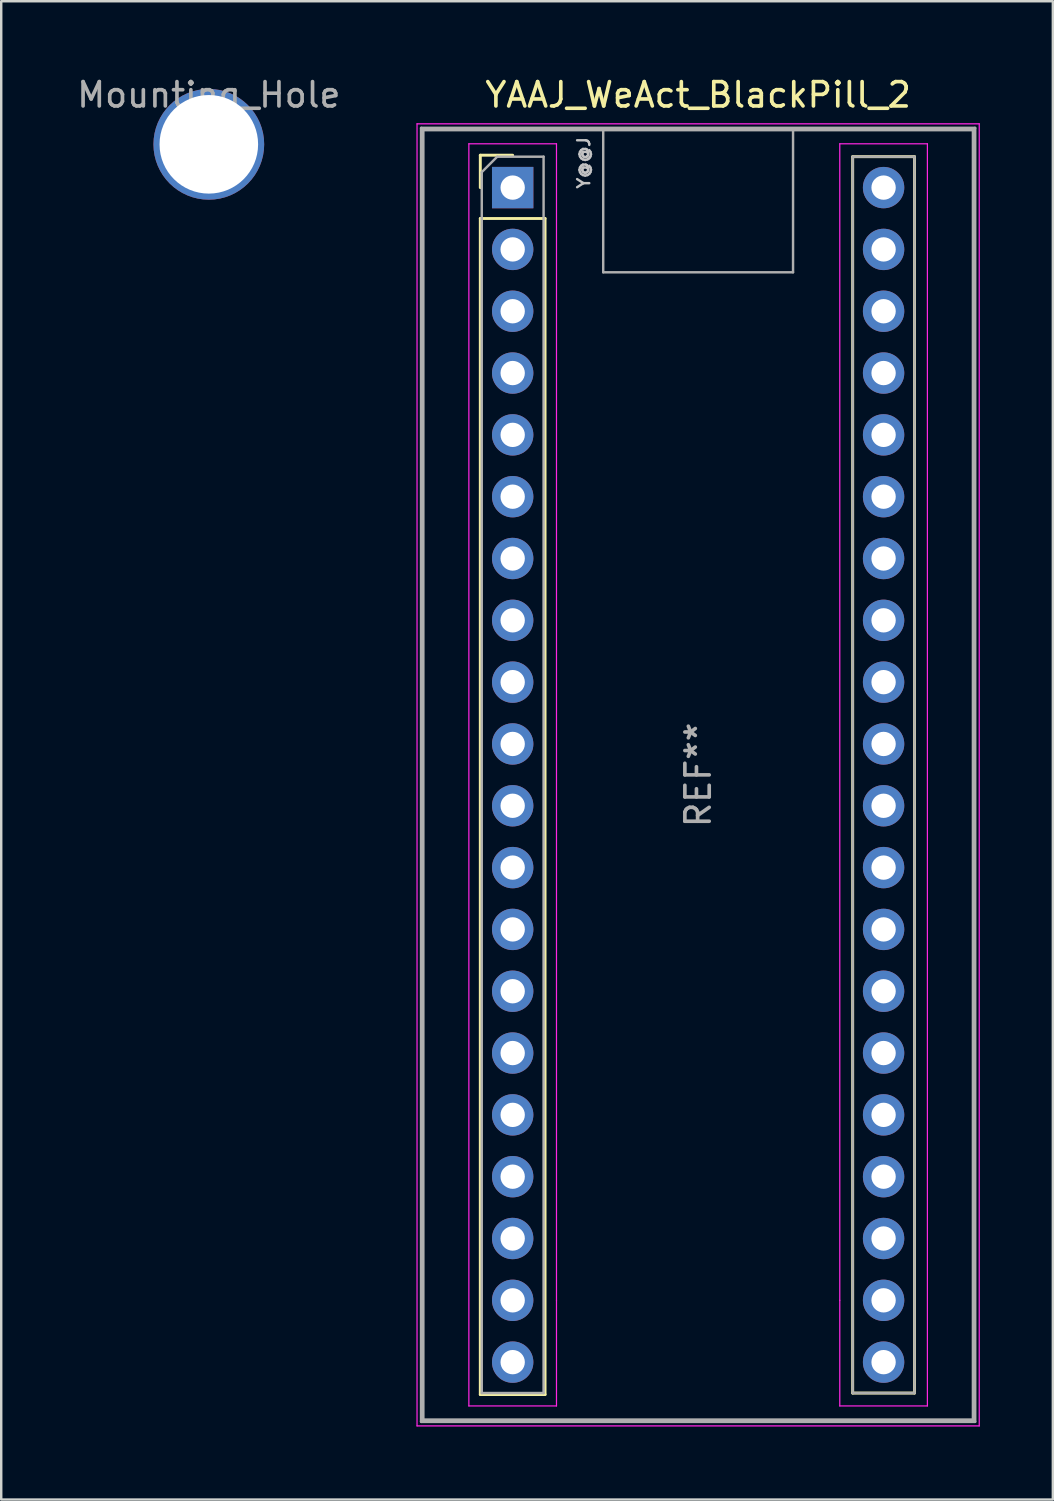
<source format=kicad_pcb>
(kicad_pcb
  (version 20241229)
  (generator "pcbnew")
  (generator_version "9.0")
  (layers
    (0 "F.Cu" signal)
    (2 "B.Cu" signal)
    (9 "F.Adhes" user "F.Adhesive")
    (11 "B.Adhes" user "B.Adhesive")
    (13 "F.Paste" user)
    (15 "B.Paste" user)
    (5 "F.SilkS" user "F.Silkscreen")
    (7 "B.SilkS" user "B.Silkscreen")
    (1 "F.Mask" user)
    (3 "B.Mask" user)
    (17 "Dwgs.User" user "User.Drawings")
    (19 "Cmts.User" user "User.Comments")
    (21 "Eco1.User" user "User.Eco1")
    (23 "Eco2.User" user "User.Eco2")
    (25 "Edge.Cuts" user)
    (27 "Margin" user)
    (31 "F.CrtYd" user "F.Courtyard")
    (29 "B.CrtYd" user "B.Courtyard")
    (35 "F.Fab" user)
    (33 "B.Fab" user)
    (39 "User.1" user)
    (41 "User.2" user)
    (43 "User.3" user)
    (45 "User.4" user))
  (footprint "YAAJ_WeAct_BlackPill_2"
    (layer "F.Cu")
    (at 18.015 4.658)
    (property "Reference" "YAAJ_WeAct_BlackPill_2" (at 7.62 -3.81 0) (layer "F.SilkS") (effects (font (size 1 1) (thickness 0.15))))
    (attr through_hole)
    (fp_line (start -1.33 -1.33) (end 0 -1.33) (stroke (width 0.12) (type solid)) (layer "F.SilkS"))
    (fp_line (start -1.33 0) (end -1.33 -1.33) (stroke (width 0.12) (type solid)) (layer "F.SilkS"))
    (fp_line (start -1.33 1.27) (end 1.33 1.27) (stroke (width 0.12) (type solid)) (layer "F.SilkS"))
    (fp_line (start -1.33 49.59) (end -1.33 1.27) (stroke (width 0.12) (type solid)) (layer "F.SilkS"))
    (fp_line (start 1.33 1.27) (end 1.33 49.59) (stroke (width 0.12) (type solid)) (layer "F.SilkS"))
    (fp_line (start 1.33 49.59) (end -1.33 49.59) (stroke (width 0.12) (type solid)) (layer "F.SilkS"))
    (fp_line (start 13.97 -1.27) (end 16.51 -1.27) (stroke (width 0.12) (type solid)) (layer "F.SilkS"))
    (fp_line (start 13.97 49.53) (end 13.97 -1.27) (stroke (width 0.12) (type solid)) (layer "F.SilkS"))
    (fp_line (start 16.51 -1.27) (end 16.51 49.53) (stroke (width 0.12) (type solid)) (layer "F.SilkS"))
    (fp_line (start 16.51 49.53) (end 13.97 49.53) (stroke (width 0.12) (type solid)) (layer "F.SilkS"))
    (fp_line (start -3.93 -2.62) (end 19.17 -2.62) (stroke (width 0.05) (type solid)) (layer "F.CrtYd"))
    (fp_line (start -3.93 50.88) (end -3.93 -2.62) (stroke (width 0.05) (type solid)) (layer "F.CrtYd"))
    (fp_line (start -1.8 -1.8) (end -1.8 50.06) (stroke (width 0.05) (type solid)) (layer "F.CrtYd"))
    (fp_line (start -1.8 50.06) (end 1.8 50.06) (stroke (width 0.05) (type solid)) (layer "F.CrtYd"))
    (fp_line (start 1.8 -1.8) (end -1.8 -1.8) (stroke (width 0.05) (type solid)) (layer "F.CrtYd"))
    (fp_line (start 1.8 -1.8) (end 1.8 45.72) (stroke (width 0.05) (type solid)) (layer "F.CrtYd"))
    (fp_line (start 1.8 45.72) (end 1.8 50.06) (stroke (width 0.05) (type solid)) (layer "F.CrtYd"))
    (fp_line (start 13.44 -1.8) (end 13.44 45.72) (stroke (width 0.05) (type solid)) (layer "F.CrtYd"))
    (fp_line (start 13.44 -1.8) (end 17.04 -1.8) (stroke (width 0.05) (type solid)) (layer "F.CrtYd"))
    (fp_line (start 13.44 45.72) (end 13.44 50.06) (stroke (width 0.05) (type solid)) (layer "F.CrtYd"))
    (fp_line (start 17.04 -1.8) (end 17.04 50.06) (stroke (width 0.05) (type solid)) (layer "F.CrtYd"))
    (fp_line (start 17.04 50.06) (end 13.44 50.06) (stroke (width 0.05) (type solid)) (layer "F.CrtYd"))
    (fp_line (start 19.17 -2.62) (end 19.17 50.88) (stroke (width 0.05) (type solid)) (layer "F.CrtYd"))
    (fp_line (start 19.17 50.88) (end -3.93 50.88) (stroke (width 0.05) (type solid)) (layer "F.CrtYd"))
    (fp_line (start -3.755 -2.445) (end 18.995 -2.445) (stroke (width 0.12) (type solid)) (layer "F.Fab"))
    (fp_line (start -3.755 50.705) (end -3.755 -2.445) (stroke (width 0.12) (type solid)) (layer "F.Fab"))
    (fp_line (start -3.68 -2.37) (end 18.92 -2.37) (stroke (width 0.12) (type solid)) (layer "F.Fab"))
    (fp_line (start -3.68 50.63) (end -3.68 -2.32) (stroke (width 0.12) (type solid)) (layer "F.Fab"))
    (fp_line (start -3.68 50.63) (end 18.92 50.63) (stroke (width 0.12) (type solid)) (layer "F.Fab"))
    (fp_line (start -1.27 -0.635) (end -0.635 -1.27) (stroke (width 0.1) (type solid)) (layer "F.Fab"))
    (fp_line (start -1.27 49.53) (end -1.27 -0.635) (stroke (width 0.1) (type solid)) (layer "F.Fab"))
    (fp_line (start -0.635 -1.27) (end 1.27 -1.27) (stroke (width 0.1) (type solid)) (layer "F.Fab"))
    (fp_line (start 1.27 -1.27) (end 1.27 49.53) (stroke (width 0.1) (type solid)) (layer "F.Fab"))
    (fp_line (start 1.27 49.53) (end -1.27 49.53) (stroke (width 0.1) (type solid)) (layer "F.Fab"))
    (fp_line (start 3.72 3.48) (end 3.72 -2.32) (stroke (width 0.1) (type solid)) (layer "F.Fab"))
    (fp_line (start 3.72 3.48) (end 11.52 3.48) (stroke (width 0.1) (type solid)) (layer "F.Fab"))
    (fp_line (start 11.52 3.48) (end 11.52 -2.32) (stroke (width 0.1) (type solid)) (layer "F.Fab"))
    (fp_line (start 13.97 -1.27) (end 16.51 -1.27) (stroke (width 0.1) (type solid)) (layer "F.Fab"))
    (fp_line (start 13.97 49.53) (end 13.97 -1.27) (stroke (width 0.1) (type solid)) (layer "F.Fab"))
    (fp_line (start 16.51 -1.27) (end 16.51 49.53) (stroke (width 0.1) (type solid)) (layer "F.Fab"))
    (fp_line (start 16.51 49.53) (end 13.97 49.53) (stroke (width 0.1) (type solid)) (layer "F.Fab"))
    (fp_line (start 18.92 -2.37) (end 18.92 50.63) (stroke (width 0.12) (type solid)) (layer "F.Fab"))
    (fp_line (start 18.995 -2.445) (end 18.995 50.705) (stroke (width 0.12) (type solid)) (layer "F.Fab"))
    (fp_line (start 18.995 50.705) (end -3.755 50.705) (stroke (width 0.12) (type solid)) (layer "F.Fab"))
    (fp_text user "Y@@J" (at 2.921 -1.016 90) (unlocked yes) (layer "Dwgs.User") (effects (font (size 0.5 0.5) (thickness 0.1))))
    (fp_text user "REF**" (at 7.62 24.13 90) (layer "F.Fab") (effects (font (size 1 1) (thickness 0.15))))
    (pad "1" thru_hole rect (at 0 0) (size 1.7 1.7) (drill 1) (layers "*.Cu" "*.Mask"))
    (pad "2" thru_hole circle (at 0 2.54) (size 1.7 1.7) (drill 1) (layers "*.Cu" "*.Mask"))
    (pad "3" thru_hole circle (at 0 5.08) (size 1.7 1.7) (drill 1) (layers "*.Cu" "*.Mask"))
    (pad "4" thru_hole circle (at 0 7.62) (size 1.7 1.7) (drill 1) (layers "*.Cu" "*.Mask"))
    (pad "5" thru_hole circle (at 0 10.16) (size 1.7 1.7) (drill 1) (layers "*.Cu" "*.Mask"))
    (pad "6" thru_hole circle (at 0 12.7) (size 1.7 1.7) (drill 1) (layers "*.Cu" "*.Mask"))
    (pad "7" thru_hole circle (at 0 15.24) (size 1.7 1.7) (drill 1) (layers "*.Cu" "*.Mask"))
    (pad "8" thru_hole circle (at 0 17.78) (size 1.7 1.7) (drill 1) (layers "*.Cu" "*.Mask"))
    (pad "9" thru_hole circle (at 0 20.32) (size 1.7 1.7) (drill 1) (layers "*.Cu" "*.Mask"))
    (pad "10" thru_hole circle (at 0 22.86) (size 1.7 1.7) (drill 1) (layers "*.Cu" "*.Mask"))
    (pad "11" thru_hole circle (at 0 25.4) (size 1.7 1.7) (drill 1) (layers "*.Cu" "*.Mask"))
    (pad "12" thru_hole circle (at 0 27.94) (size 1.7 1.7) (drill 1) (layers "*.Cu" "*.Mask"))
    (pad "13" thru_hole circle (at 0 30.48) (size 1.7 1.7) (drill 1) (layers "*.Cu" "*.Mask"))
    (pad "14" thru_hole circle (at 0 33.02) (size 1.7 1.7) (drill 1) (layers "*.Cu" "*.Mask"))
    (pad "15" thru_hole circle (at 0 35.56) (size 1.7 1.7) (drill 1) (layers "*.Cu" "*.Mask"))
    (pad "16" thru_hole circle (at 0 38.1) (size 1.7 1.7) (drill 1) (layers "*.Cu" "*.Mask"))
    (pad "17" thru_hole circle (at 0 40.64) (size 1.7 1.7) (drill 1) (layers "*.Cu" "*.Mask"))
    (pad "18" thru_hole circle (at 0 43.18) (size 1.7 1.7) (drill 1) (layers "*.Cu" "*.Mask"))
    (pad "19" thru_hole circle (at 0 45.72) (size 1.7 1.7) (drill 1) (layers "*.Cu" "*.Mask"))
    (pad "20" thru_hole circle (at 0 48.26) (size 1.7 1.7) (drill 1) (layers "*.Cu" "*.Mask"))
    (pad "21" thru_hole circle (at 15.24 48.26) (size 1.7 1.7) (drill 1) (layers "*.Cu" "*.Mask"))
    (pad "22" thru_hole circle (at 15.24 45.72) (size 1.7 1.7) (drill 1) (layers "*.Cu" "*.Mask"))
    (pad "23" thru_hole circle (at 15.24 43.18) (size 1.7 1.7) (drill 1) (layers "*.Cu" "*.Mask"))
    (pad "24" thru_hole circle (at 15.24 40.64) (size 1.7 1.7) (drill 1) (layers "*.Cu" "*.Mask"))
    (pad "25" thru_hole circle (at 15.24 38.1) (size 1.7 1.7) (drill 1) (layers "*.Cu" "*.Mask"))
    (pad "26" thru_hole circle (at 15.24 35.56) (size 1.7 1.7) (drill 1) (layers "*.Cu" "*.Mask"))
    (pad "27" thru_hole circle (at 15.24 33.02) (size 1.7 1.7) (drill 1) (layers "*.Cu" "*.Mask"))
    (pad "28" thru_hole circle (at 15.24 30.48) (size 1.7 1.7) (drill 1) (layers "*.Cu" "*.Mask"))
    (pad "29" thru_hole circle (at 15.24 27.94) (size 1.7 1.7) (drill 1) (layers "*.Cu" "*.Mask"))
    (pad "30" thru_hole circle (at 15.24 25.4) (size 1.7 1.7) (drill 1) (layers "*.Cu" "*.Mask"))
    (pad "31" thru_hole circle (at 15.24 22.86) (size 1.7 1.7) (drill 1) (layers "*.Cu" "*.Mask"))
    (pad "32" thru_hole circle (at 15.24 20.32) (size 1.7 1.7) (drill 1) (layers "*.Cu" "*.Mask"))
    (pad "33" thru_hole circle (at 15.24 17.78) (size 1.7 1.7) (drill 1) (layers "*.Cu" "*.Mask"))
    (pad "34" thru_hole circle (at 15.24 15.24) (size 1.7 1.7) (drill 1) (layers "*.Cu" "*.Mask"))
    (pad "35" thru_hole circle (at 15.24 12.7) (size 1.7 1.7) (drill 1) (layers "*.Cu" "*.Mask"))
    (pad "36" thru_hole circle (at 15.24 10.16) (size 1.7 1.7) (drill 1) (layers "*.Cu" "*.Mask"))
    (pad "37" thru_hole circle (at 15.24 7.62) (size 1.7 1.7) (drill 1) (layers "*.Cu" "*.Mask"))
    (pad "38" thru_hole circle (at 15.24 5.08) (size 1.7 1.7) (drill 1) (layers "*.Cu" "*.Mask"))
    (pad "39" thru_hole circle (at 15.24 2.54) (size 1.7 1.7) (drill 1) (layers "*.Cu" "*.Mask"))
    (pad "40" thru_hole circle (at 15.24 0) (size 1.7 1.7) (drill 1) (layers "*.Cu" "*.Mask")))
  (footprint "Mounting_Hole"
    (layer "F.Cu")
    (at 5.53 2.88)
    (property "Reference" "Mounting_Hole" (at 0 -2.032 0) (unlocked yes) (layer "F.Fab") (effects (font (size 1 1) (thickness 0.15))))
    (attr through_hole)
    (pad "1" thru_hole circle (at 0 0) (size 4.55 4.55) (drill 4.05) (layers "*.Cu" "*.Mask")))
  (gr_rect
    (start -3 -3)
    (end 40.21 58.563)
    (stroke (width 0.1) (type default))
    (fill no)
    (layer "Edge.Cuts")))
</source>
